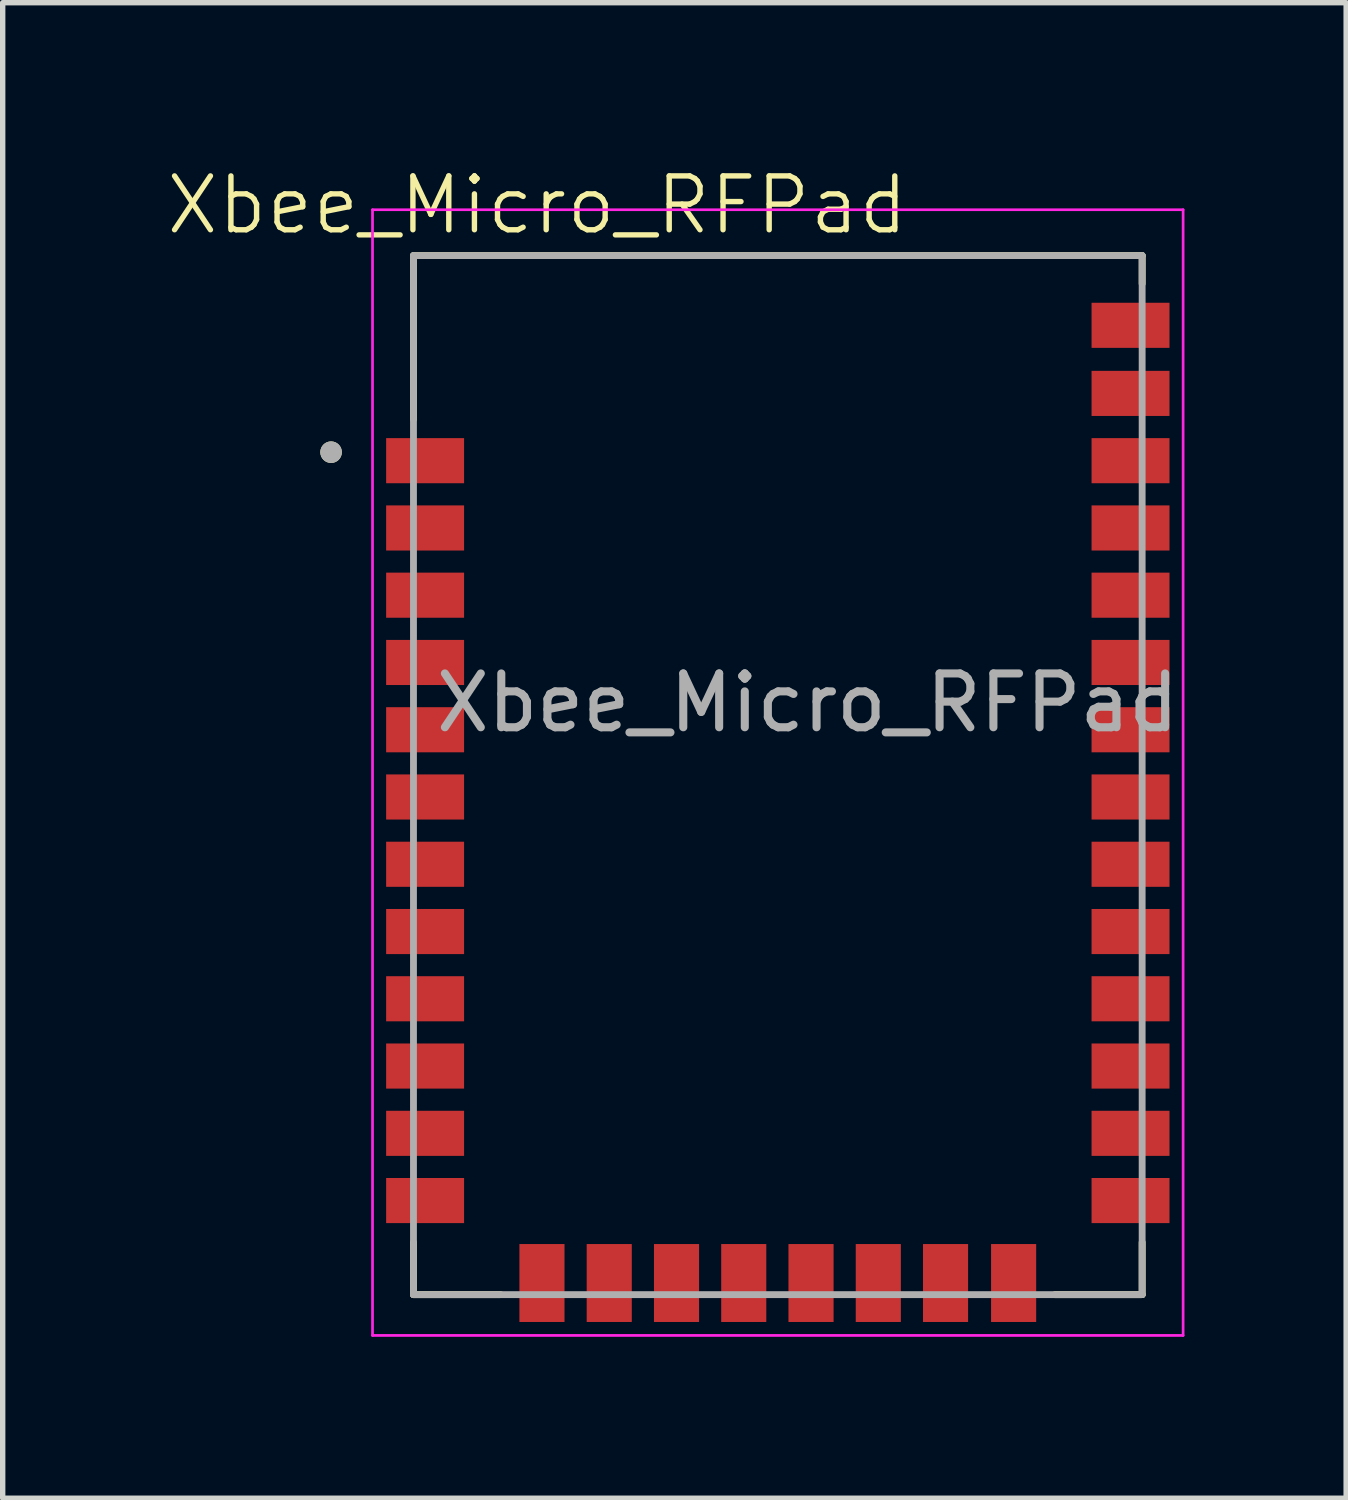
<source format=kicad_pcb>
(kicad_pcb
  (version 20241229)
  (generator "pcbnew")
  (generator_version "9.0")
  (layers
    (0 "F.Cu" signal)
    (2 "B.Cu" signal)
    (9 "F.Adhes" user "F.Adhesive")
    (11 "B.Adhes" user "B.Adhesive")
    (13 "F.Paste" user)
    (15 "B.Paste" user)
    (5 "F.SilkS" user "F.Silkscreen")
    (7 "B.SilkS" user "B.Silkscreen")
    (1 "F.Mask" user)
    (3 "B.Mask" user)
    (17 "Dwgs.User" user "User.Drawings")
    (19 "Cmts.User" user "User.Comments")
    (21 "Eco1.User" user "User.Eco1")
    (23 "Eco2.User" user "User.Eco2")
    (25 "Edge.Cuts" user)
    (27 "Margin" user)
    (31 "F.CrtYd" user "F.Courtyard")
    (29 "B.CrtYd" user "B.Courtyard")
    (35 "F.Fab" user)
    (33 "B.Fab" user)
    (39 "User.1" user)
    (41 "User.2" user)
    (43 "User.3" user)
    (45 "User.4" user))
  (footprint "Xbee_Micro_RFPad"
    (layer "F.Cu")
    (at 10.954 11.007)
    (property "Reference" "Xbee_Micro_RFPad" (at -4.023 -10.246 0) (unlocked yes) (layer "F.SilkS") (effects (font (size 1 1) (thickness 0.1))))
    (attr smd)
    (fp_line (start -6.322 -9.308) (end 7.216 -9.308) (stroke (width 0.127) (type solid)) (layer "F.SilkS"))
    (fp_line (start -6.322 -6.266) (end -6.322 -9.308) (stroke (width 0.127) (type solid)) (layer "F.SilkS"))
    (fp_line (start -6.322 9.024) (end -6.322 9.996) (stroke (width 0.127) (type solid)) (layer "F.SilkS"))
    (fp_line (start -6.322 9.996) (end -4.703 9.996) (stroke (width 0.127) (type solid)) (layer "F.SilkS"))
    (fp_line (start 5.597 9.996) (end 7.216 9.996) (stroke (width 0.127) (type solid)) (layer "F.SilkS"))
    (fp_line (start 7.216 -9.308) (end 7.216 -8.786) (stroke (width 0.127) (type solid)) (layer "F.SilkS"))
    (fp_line (start 7.216 9.996) (end 7.216 9.024) (stroke (width 0.127) (type solid)) (layer "F.SilkS"))
    (fp_circle (center -7.853 -5.656) (end -7.753 -5.656) (stroke (width 0.2) (type solid)) (fill no) (layer "F.SilkS"))
    (fp_line (start -7.083 -10.16) (end -7.083 10.754) (stroke (width 0.05) (type solid)) (layer "F.CrtYd"))
    (fp_line (start -7.083 -10.16) (end 7.977 -10.16) (stroke (width 0.05) (type solid)) (layer "F.CrtYd"))
    (fp_line (start -7.083 10.754) (end 7.977 10.754) (stroke (width 0.05) (type solid)) (layer "F.CrtYd"))
    (fp_line (start 7.977 10.754) (end 7.977 -10.16) (stroke (width 0.05) (type solid)) (layer "F.CrtYd"))
    (fp_line (start -6.322 -9.308) (end 7.216 -9.308) (stroke (width 0.127) (type solid)) (layer "F.Fab"))
    (fp_line (start -6.322 9.996) (end -6.322 -9.308) (stroke (width 0.127) (type solid)) (layer "F.Fab"))
    (fp_line (start 7.216 -9.308) (end 7.216 9.996) (stroke (width 0.127) (type solid)) (layer "F.Fab"))
    (fp_line (start 7.216 9.996) (end -6.322 9.996) (stroke (width 0.127) (type solid)) (layer "F.Fab"))
    (fp_circle (center -7.853 -5.656) (end -7.753 -5.656) (stroke (width 0.2) (type solid)) (fill no) (layer "F.Fab"))
    (fp_text user "${REFERENCE}" (at 1 -1 0) (unlocked yes) (layer "F.Fab") (effects (font (size 1 1) (thickness 0.15))))
    (pad "1" smd rect (at -6.106 -5.498) (size 1.448 0.838) (layers "F.Cu" "F.Mask" "F.Paste"))
    (pad "2" smd rect (at -6.106 -4.248) (size 1.448 0.838) (layers "F.Cu" "F.Mask" "F.Paste"))
    (pad "3" smd rect (at -6.106 -2.999) (size 1.448 0.838) (layers "F.Cu" "F.Mask" "F.Paste"))
    (pad "4" smd rect (at -6.106 -1.749) (size 1.448 0.838) (layers "F.Cu" "F.Mask" "F.Paste"))
    (pad "5" smd rect (at -6.106 -0.499) (size 1.448 0.838) (layers "F.Cu" "F.Mask" "F.Paste"))
    (pad "6" smd rect (at -6.106 0.75) (size 1.448 0.838) (layers "F.Cu" "F.Mask" "F.Paste"))
    (pad "7" smd rect (at -6.106 2) (size 1.448 0.838) (layers "F.Cu" "F.Mask" "F.Paste"))
    (pad "8" smd rect (at -6.106 3.25) (size 1.448 0.838) (layers "F.Cu" "F.Mask" "F.Paste"))
    (pad "9" smd rect (at -6.106 4.499) (size 1.448 0.838) (layers "F.Cu" "F.Mask" "F.Paste"))
    (pad "10" smd rect (at -6.106 5.749) (size 1.448 0.838) (layers "F.Cu" "F.Mask" "F.Paste"))
    (pad "11" smd rect (at -6.106 6.999) (size 1.448 0.838) (layers "F.Cu" "F.Mask" "F.Paste"))
    (pad "12" smd rect (at -6.106 8.248) (size 1.448 0.838) (layers "F.Cu" "F.Mask" "F.Paste"))
    (pad "13" smd rect (at -3.935 9.78 90) (size 1.448 0.838) (layers "F.Cu" "F.Mask" "F.Paste"))
    (pad "14" smd rect (at -2.685 9.78 90) (size 1.448 0.838) (layers "F.Cu" "F.Mask" "F.Paste"))
    (pad "15" smd rect (at -1.435 9.78 90) (size 1.448 0.838) (layers "F.Cu" "F.Mask" "F.Paste"))
    (pad "16" smd rect (at -0.186 9.78 90) (size 1.448 0.838) (layers "F.Cu" "F.Mask" "F.Paste"))
    (pad "17" smd rect (at 1.064 9.78 90) (size 1.448 0.838) (layers "F.Cu" "F.Mask" "F.Paste"))
    (pad "18" smd rect (at 2.314 9.78 90) (size 1.448 0.838) (layers "F.Cu" "F.Mask" "F.Paste"))
    (pad "19" smd rect (at 3.563 9.78 90) (size 1.448 0.838) (layers "F.Cu" "F.Mask" "F.Paste"))
    (pad "20" smd rect (at 4.828 9.78 90) (size 1.448 0.838) (layers "F.Cu" "F.Mask" "F.Paste"))
    (pad "21" smd rect (at 7 8.248) (size 1.448 0.838) (layers "F.Cu" "F.Mask" "F.Paste"))
    (pad "22" smd rect (at 7 6.999) (size 1.448 0.838) (layers "F.Cu" "F.Mask" "F.Paste"))
    (pad "23" smd rect (at 7 5.749) (size 1.448 0.838) (layers "F.Cu" "F.Mask" "F.Paste"))
    (pad "24" smd rect (at 7 4.499) (size 1.448 0.838) (layers "F.Cu" "F.Mask" "F.Paste"))
    (pad "25" smd rect (at 7 3.25) (size 1.448 0.838) (layers "F.Cu" "F.Mask" "F.Paste"))
    (pad "26" smd rect (at 7 2) (size 1.448 0.838) (layers "F.Cu" "F.Mask" "F.Paste"))
    (pad "27" smd rect (at 7 0.75) (size 1.448 0.838) (layers "F.Cu" "F.Mask" "F.Paste"))
    (pad "28" smd rect (at 7 -0.499) (size 1.448 0.838) (layers "F.Cu" "F.Mask" "F.Paste"))
    (pad "29" smd rect (at 7 -1.749) (size 1.448 0.838) (layers "F.Cu" "F.Mask" "F.Paste"))
    (pad "30" smd rect (at 7 -2.999) (size 1.448 0.838) (layers "F.Cu" "F.Mask" "F.Paste"))
    (pad "31" smd rect (at 7 -4.248) (size 1.448 0.838) (layers "F.Cu" "F.Mask" "F.Paste"))
    (pad "32" smd rect (at 7 -5.498) (size 1.448 0.838) (layers "F.Cu" "F.Mask" "F.Paste"))
    (pad "33" smd rect (at 7 -6.748) (size 1.448 0.838) (layers "F.Cu" "F.Mask" "F.Paste"))
    (pad "34" smd rect (at 7 -8.013) (size 1.448 0.838) (layers "F.Cu" "F.Mask" "F.Paste")))
  (gr_rect
    (start -3 -3)
    (end 21.96 24.785)
    (stroke (width 0.1) (type default))
    (fill no)
    (layer "Edge.Cuts")))
</source>
